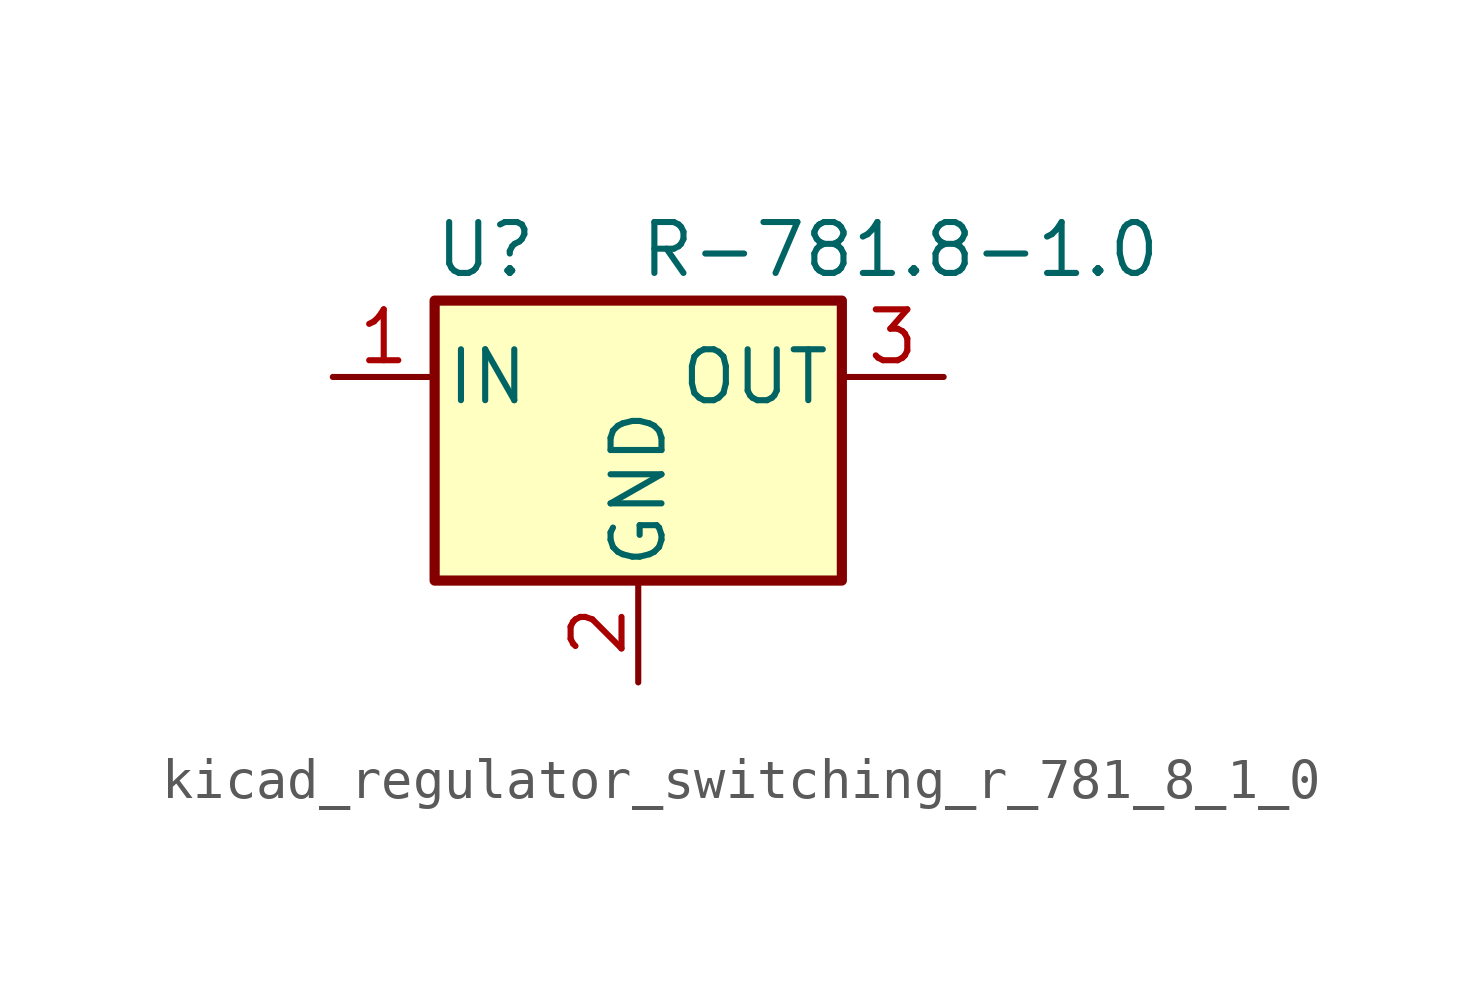
<source format=kicad_sym>
(kicad_symbol_lib
  (version 20220914)
  (generator kicad_symbol_editor)
  (symbol "kicad_regulator_switching_r_781_8_1_0"
    (pin_names
      (offset 0.254))
    (property "Reference" "U"
      (at -3.81 3.175 0)
      (effects (font (size 1.27 1.27))))
    (property "Value" "R-781.8-1.0"
      (at 0 3.175 0)
      (effects (font (size 1.27 1.27)) (justify left)))
    (symbol "kicad_regulator_switching_r_781_8_1_0_0_1"
      (rectangle (start -5.08 1.905) (end 5.08 -5.08) (stroke (width 0.254) (type default)) (fill (type background))))
    (symbol "kicad_regulator_switching_r_781_8_1_0_1_1"
      (pin power_in line (at -7.62 0 0) (length 2.54) (name "IN" (effects (font (size 1.27 1.27)))) (number "1" (effects (font (size 1.27 1.27)))))
      (pin power_in line (at 0 -7.62 90) (length 2.54) (name "GND" (effects (font (size 1.27 1.27)))) (number "2" (effects (font (size 1.27 1.27)))))
      (pin power_out line (at 7.62 0 180) (length 2.54) (name "OUT" (effects (font (size 1.27 1.27)))) (number "3" (effects (font (size 1.27 1.27))))))))
</source>
